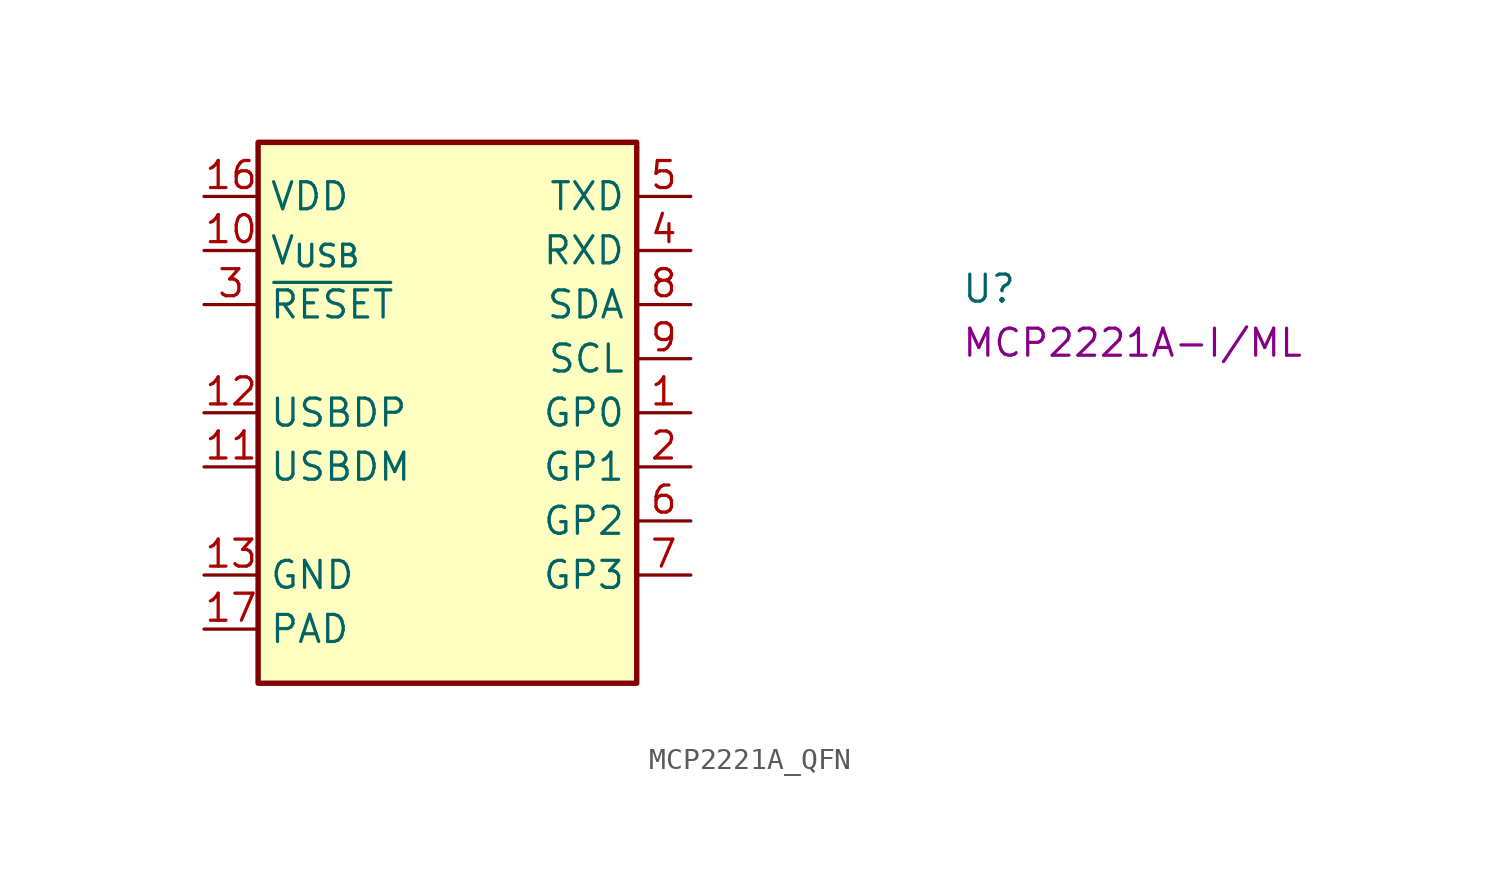
<source format=kicad_sym>
(kicad_symbol_lib
  (version 20220914)
  (generator kicad_symbol_editor)
  (symbol "MCP2221A_QFN"
    (property "Reference" "U"
      (at 35.56 -5.08 0)
      (effects (font (size 1.27 1.27) (thickness 0.15)) (justify left bottom)))
    (property "MPN" "MCP2221A-I/ML"
      (at 35.56 -7.62 0)
      (effects (font (size 1.27 1.27) (thickness 0.15)) (justify left bottom)))
    (symbol "MCP2221A_QFN_1_1"
      (rectangle (start 2.54 2.54) (end 20.32 -22.86) (stroke (width 0.254) (type default)) (fill (type background)))
      (pin bidirectional line (at 22.86 -10.16 180) (length 2.54) (name "GP0" (effects (font (size 1.27 1.27)))) (number "1" (effects (font (size 1.27 1.27)))))
      (pin passive line (at 0 -2.54 0) (length 2.54) (name "V_{USB}" (effects (font (size 1.27 1.27)))) (number "10" (effects (font (size 1.27 1.27)))))
      (pin bidirectional line (at 0 -12.7 0) (length 2.54) (name "USBDM" (effects (font (size 1.27 1.27)))) (number "11" (effects (font (size 1.27 1.27)))))
      (pin bidirectional line (at 0 -10.16 0) (length 2.54) (name "USBDP" (effects (font (size 1.27 1.27)))) (number "12" (effects (font (size 1.27 1.27)))))
      (pin power_in line (at 0 -17.78 0) (length 2.54) (name "GND" (effects (font (size 1.27 1.27)))) (number "13" (effects (font (size 1.27 1.27)))))
      (pin no_connect line (at 2.54 -7.62 0) (length 2.54) hide (name "NC" (effects (font (size 1.27 1.27)))) (number "14" (effects (font (size 1.27 1.27)))))
      (pin no_connect line (at 2.54 -15.24 0) (length 2.54) hide (name "NC" (effects (font (size 1.27 1.27)))) (number "15" (effects (font (size 1.27 1.27)))))
      (pin power_in line (at 0 0 0) (length 2.54) (name "VDD" (effects (font (size 1.27 1.27)))) (number "16" (effects (font (size 1.27 1.27)))))
      (pin power_in line (at 0 -20.32 0) (length 2.54) (name "PAD" (effects (font (size 1.27 1.27)))) (number "17" (effects (font (size 1.27 1.27)))))
      (pin bidirectional line (at 22.86 -12.7 180) (length 2.54) (name "GP1" (effects (font (size 1.27 1.27)))) (number "2" (effects (font (size 1.27 1.27)))))
      (pin input line (at 0 -5.08 0) (length 2.54) (name "~{RESET}" (effects (font (size 1.27 1.27)))) (number "3" (effects (font (size 1.27 1.27)))))
      (pin input line (at 22.86 -2.54 180) (length 2.54) (name "RXD" (effects (font (size 1.27 1.27)))) (number "4" (effects (font (size 1.27 1.27)))))
      (pin output line (at 22.86 0 180) (length 2.54) (name "TXD" (effects (font (size 1.27 1.27)))) (number "5" (effects (font (size 1.27 1.27)))))
      (pin bidirectional line (at 22.86 -15.24 180) (length 2.54) (name "GP2" (effects (font (size 1.27 1.27)))) (number "6" (effects (font (size 1.27 1.27)))))
      (pin bidirectional line (at 22.86 -17.78 180) (length 2.54) (name "GP3" (effects (font (size 1.27 1.27)))) (number "7" (effects (font (size 1.27 1.27)))))
      (pin bidirectional line (at 22.86 -5.08 180) (length 2.54) (name "SDA" (effects (font (size 1.27 1.27)))) (number "8" (effects (font (size 1.27 1.27)))))
      (pin bidirectional line (at 22.86 -7.62 180) (length 2.54) (name "SCL" (effects (font (size 1.27 1.27)))) (number "9" (effects (font (size 1.27 1.27))))))))
</source>
